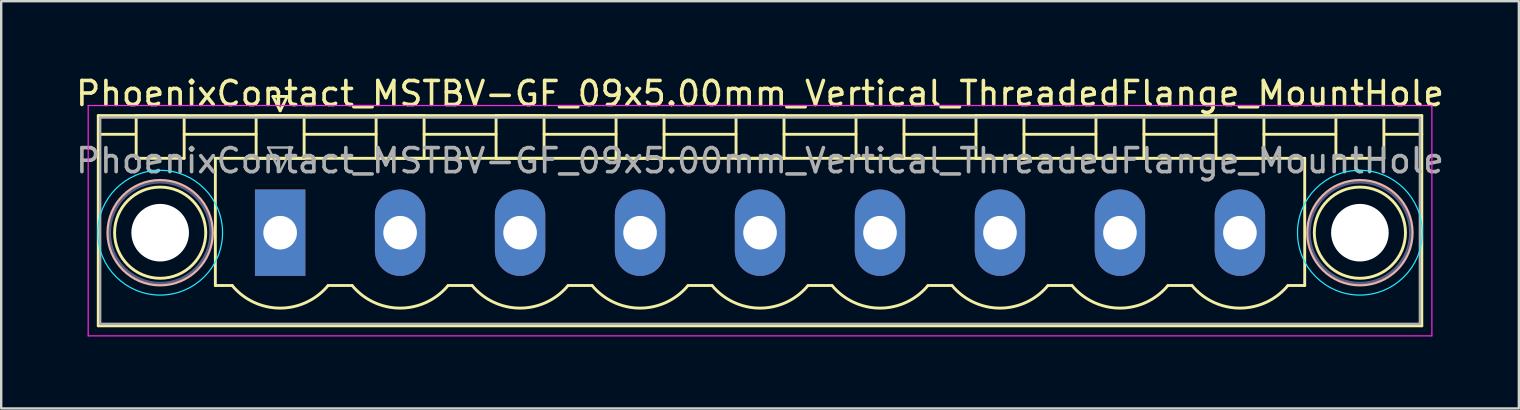
<source format=kicad_pcb>
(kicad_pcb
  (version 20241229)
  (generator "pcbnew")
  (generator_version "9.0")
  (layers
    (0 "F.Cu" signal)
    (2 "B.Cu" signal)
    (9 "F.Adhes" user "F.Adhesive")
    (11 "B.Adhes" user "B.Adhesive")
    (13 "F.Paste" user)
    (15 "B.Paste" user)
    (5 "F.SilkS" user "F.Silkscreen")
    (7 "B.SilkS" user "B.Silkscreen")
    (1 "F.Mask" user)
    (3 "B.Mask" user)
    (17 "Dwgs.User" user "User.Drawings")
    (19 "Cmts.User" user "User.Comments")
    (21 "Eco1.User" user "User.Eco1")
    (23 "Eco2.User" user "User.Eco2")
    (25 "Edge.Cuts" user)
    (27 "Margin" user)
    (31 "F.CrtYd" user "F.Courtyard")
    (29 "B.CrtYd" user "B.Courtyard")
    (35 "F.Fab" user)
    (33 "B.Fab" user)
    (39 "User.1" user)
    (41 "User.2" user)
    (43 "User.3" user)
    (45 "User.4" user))
  (footprint "PhoenixContact_MSTBV-GF_09x5.00mm_Vertical_ThreadedFlange_MountHole"
    (layer "F.Cu")
    (at 8.625 6.648)
    (property "Reference" "PhoenixContact_MSTBV-GF_09x5.00mm_Vertical_ThreadedFlange_MountHole" (at 20 -5.8 0) (layer "F.SilkS") (effects (font (size 1 1) (thickness 0.15))))
    (attr through_hole)
    (fp_line (start -7.58 -4.88) (end -7.58 3.88) (stroke (width 0.12) (type solid)) (layer "F.SilkS"))
    (fp_line (start -7.58 -4.1) (end -6.08 -4.1) (stroke (width 0.12) (type solid)) (layer "F.SilkS"))
    (fp_line (start -7.58 3.88) (end 47.58 3.88) (stroke (width 0.12) (type solid)) (layer "F.SilkS"))
    (fp_line (start -6 -4.88) (end -4 -4.88) (stroke (width 0.12) (type solid)) (layer "F.SilkS"))
    (fp_line (start -6 -3.1) (end -6 -4.88) (stroke (width 0.12) (type solid)) (layer "F.SilkS"))
    (fp_line (start -4 -4.88) (end -4 -3.1) (stroke (width 0.12) (type solid)) (layer "F.SilkS"))
    (fp_line (start -4 -4.1) (end -1 -4.1) (stroke (width 0.12) (type solid)) (layer "F.SilkS"))
    (fp_line (start -4 -3.1) (end -6 -3.1) (stroke (width 0.12) (type solid)) (layer "F.SilkS"))
    (fp_line (start -2.7 -3.1) (end 42.7 -3.1) (stroke (width 0.12) (type solid)) (layer "F.SilkS"))
    (fp_line (start -2.7 2.2) (end -2.7 -3.1) (stroke (width 0.12) (type solid)) (layer "F.SilkS"))
    (fp_line (start -2 2.2) (end -2.7 2.2) (stroke (width 0.12) (type solid)) (layer "F.SilkS"))
    (fp_line (start -1 -4.88) (end 1 -4.88) (stroke (width 0.12) (type solid)) (layer "F.SilkS"))
    (fp_line (start -1 -3.1) (end -1 -4.88) (stroke (width 0.12) (type solid)) (layer "F.SilkS"))
    (fp_line (start -0.3 -5.68) (end 0.3 -5.68) (stroke (width 0.12) (type solid)) (layer "F.SilkS"))
    (fp_line (start 0 -5.08) (end -0.3 -5.68) (stroke (width 0.12) (type solid)) (layer "F.SilkS"))
    (fp_line (start 0.3 -5.68) (end 0 -5.08) (stroke (width 0.12) (type solid)) (layer "F.SilkS"))
    (fp_line (start 1 -4.88) (end 1 -3.1) (stroke (width 0.12) (type solid)) (layer "F.SilkS"))
    (fp_line (start 1 -4.1) (end 4 -4.1) (stroke (width 0.12) (type solid)) (layer "F.SilkS"))
    (fp_line (start 1 -3.1) (end -1 -3.1) (stroke (width 0.12) (type solid)) (layer "F.SilkS"))
    (fp_line (start 2 2.2) (end 3 2.2) (stroke (width 0.12) (type solid)) (layer "F.SilkS"))
    (fp_line (start 4 -4.88) (end 6 -4.88) (stroke (width 0.12) (type solid)) (layer "F.SilkS"))
    (fp_line (start 4 -3.1) (end 4 -4.88) (stroke (width 0.12) (type solid)) (layer "F.SilkS"))
    (fp_line (start 6 -4.88) (end 6 -3.1) (stroke (width 0.12) (type solid)) (layer "F.SilkS"))
    (fp_line (start 6 -4.1) (end 9 -4.1) (stroke (width 0.12) (type solid)) (layer "F.SilkS"))
    (fp_line (start 6 -3.1) (end 4 -3.1) (stroke (width 0.12) (type solid)) (layer "F.SilkS"))
    (fp_line (start 7 2.2) (end 8 2.2) (stroke (width 0.12) (type solid)) (layer "F.SilkS"))
    (fp_line (start 9 -4.88) (end 11 -4.88) (stroke (width 0.12) (type solid)) (layer "F.SilkS"))
    (fp_line (start 9 -3.1) (end 9 -4.88) (stroke (width 0.12) (type solid)) (layer "F.SilkS"))
    (fp_line (start 11 -4.88) (end 11 -3.1) (stroke (width 0.12) (type solid)) (layer "F.SilkS"))
    (fp_line (start 11 -4.1) (end 14 -4.1) (stroke (width 0.12) (type solid)) (layer "F.SilkS"))
    (fp_line (start 11 -3.1) (end 9 -3.1) (stroke (width 0.12) (type solid)) (layer "F.SilkS"))
    (fp_line (start 12 2.2) (end 13 2.2) (stroke (width 0.12) (type solid)) (layer "F.SilkS"))
    (fp_line (start 14 -4.88) (end 16 -4.88) (stroke (width 0.12) (type solid)) (layer "F.SilkS"))
    (fp_line (start 14 -3.1) (end 14 -4.88) (stroke (width 0.12) (type solid)) (layer "F.SilkS"))
    (fp_line (start 16 -4.88) (end 16 -3.1) (stroke (width 0.12) (type solid)) (layer "F.SilkS"))
    (fp_line (start 16 -4.1) (end 19 -4.1) (stroke (width 0.12) (type solid)) (layer "F.SilkS"))
    (fp_line (start 16 -3.1) (end 14 -3.1) (stroke (width 0.12) (type solid)) (layer "F.SilkS"))
    (fp_line (start 17 2.2) (end 18 2.2) (stroke (width 0.12) (type solid)) (layer "F.SilkS"))
    (fp_line (start 19 -4.88) (end 21 -4.88) (stroke (width 0.12) (type solid)) (layer "F.SilkS"))
    (fp_line (start 19 -3.1) (end 19 -4.88) (stroke (width 0.12) (type solid)) (layer "F.SilkS"))
    (fp_line (start 21 -4.88) (end 21 -3.1) (stroke (width 0.12) (type solid)) (layer "F.SilkS"))
    (fp_line (start 21 -4.1) (end 24 -4.1) (stroke (width 0.12) (type solid)) (layer "F.SilkS"))
    (fp_line (start 21 -3.1) (end 19 -3.1) (stroke (width 0.12) (type solid)) (layer "F.SilkS"))
    (fp_line (start 22 2.2) (end 23 2.2) (stroke (width 0.12) (type solid)) (layer "F.SilkS"))
    (fp_line (start 24 -4.88) (end 26 -4.88) (stroke (width 0.12) (type solid)) (layer "F.SilkS"))
    (fp_line (start 24 -3.1) (end 24 -4.88) (stroke (width 0.12) (type solid)) (layer "F.SilkS"))
    (fp_line (start 26 -4.88) (end 26 -3.1) (stroke (width 0.12) (type solid)) (layer "F.SilkS"))
    (fp_line (start 26 -4.1) (end 29 -4.1) (stroke (width 0.12) (type solid)) (layer "F.SilkS"))
    (fp_line (start 26 -3.1) (end 24 -3.1) (stroke (width 0.12) (type solid)) (layer "F.SilkS"))
    (fp_line (start 27 2.2) (end 28 2.2) (stroke (width 0.12) (type solid)) (layer "F.SilkS"))
    (fp_line (start 29 -4.88) (end 31 -4.88) (stroke (width 0.12) (type solid)) (layer "F.SilkS"))
    (fp_line (start 29 -3.1) (end 29 -4.88) (stroke (width 0.12) (type solid)) (layer "F.SilkS"))
    (fp_line (start 31 -4.88) (end 31 -3.1) (stroke (width 0.12) (type solid)) (layer "F.SilkS"))
    (fp_line (start 31 -4.1) (end 34 -4.1) (stroke (width 0.12) (type solid)) (layer "F.SilkS"))
    (fp_line (start 31 -3.1) (end 29 -3.1) (stroke (width 0.12) (type solid)) (layer "F.SilkS"))
    (fp_line (start 32 2.2) (end 33 2.2) (stroke (width 0.12) (type solid)) (layer "F.SilkS"))
    (fp_line (start 34 -4.88) (end 36 -4.88) (stroke (width 0.12) (type solid)) (layer "F.SilkS"))
    (fp_line (start 34 -3.1) (end 34 -4.88) (stroke (width 0.12) (type solid)) (layer "F.SilkS"))
    (fp_line (start 36 -4.88) (end 36 -3.1) (stroke (width 0.12) (type solid)) (layer "F.SilkS"))
    (fp_line (start 36 -4.1) (end 39 -4.1) (stroke (width 0.12) (type solid)) (layer "F.SilkS"))
    (fp_line (start 36 -3.1) (end 34 -3.1) (stroke (width 0.12) (type solid)) (layer "F.SilkS"))
    (fp_line (start 37 2.2) (end 38 2.2) (stroke (width 0.12) (type solid)) (layer "F.SilkS"))
    (fp_line (start 39 -4.88) (end 41 -4.88) (stroke (width 0.12) (type solid)) (layer "F.SilkS"))
    (fp_line (start 39 -3.1) (end 39 -4.88) (stroke (width 0.12) (type solid)) (layer "F.SilkS"))
    (fp_line (start 41 -4.88) (end 41 -3.1) (stroke (width 0.12) (type solid)) (layer "F.SilkS"))
    (fp_line (start 41 -4.1) (end 44 -4.1) (stroke (width 0.12) (type solid)) (layer "F.SilkS"))
    (fp_line (start 41 -3.1) (end 39 -3.1) (stroke (width 0.12) (type solid)) (layer "F.SilkS"))
    (fp_line (start 42.7 -3.1) (end 42.7 2.2) (stroke (width 0.12) (type solid)) (layer "F.SilkS"))
    (fp_line (start 42.7 2.2) (end 42 2.2) (stroke (width 0.12) (type solid)) (layer "F.SilkS"))
    (fp_line (start 44 -4.88) (end 46 -4.88) (stroke (width 0.12) (type solid)) (layer "F.SilkS"))
    (fp_line (start 44 -3.1) (end 44 -4.88) (stroke (width 0.12) (type solid)) (layer "F.SilkS"))
    (fp_line (start 46 -4.88) (end 46 -3.1) (stroke (width 0.12) (type solid)) (layer "F.SilkS"))
    (fp_line (start 46 -3.1) (end 44 -3.1) (stroke (width 0.12) (type solid)) (layer "F.SilkS"))
    (fp_line (start 47.58 -4.88) (end -7.58 -4.88) (stroke (width 0.12) (type solid)) (layer "F.SilkS"))
    (fp_line (start 47.58 -4.1) (end 46.08 -4.1) (stroke (width 0.12) (type solid)) (layer "F.SilkS"))
    (fp_line (start 47.58 3.88) (end 47.58 -4.88) (stroke (width 0.12) (type solid)) (layer "F.SilkS"))
    (fp_arc (start 1.986842 2.215821) (mid -0.010289 3.142758) (end -2 2.2) (stroke (width 0.12) (type solid)) (layer "F.SilkS"))
    (fp_arc (start 6.986842 2.215821) (mid 4.989711 3.142758) (end 3 2.2) (stroke (width 0.12) (type solid)) (layer "F.SilkS"))
    (fp_arc (start 11.986842 2.215821) (mid 9.989711 3.142758) (end 8 2.2) (stroke (width 0.12) (type solid)) (layer "F.SilkS"))
    (fp_arc (start 16.986842 2.215821) (mid 14.989711 3.142758) (end 13 2.2) (stroke (width 0.12) (type solid)) (layer "F.SilkS"))
    (fp_arc (start 21.986842 2.215821) (mid 19.989711 3.142758) (end 18 2.2) (stroke (width 0.12) (type solid)) (layer "F.SilkS"))
    (fp_arc (start 26.986842 2.215821) (mid 24.989711 3.142758) (end 23 2.2) (stroke (width 0.12) (type solid)) (layer "F.SilkS"))
    (fp_arc (start 31.986842 2.215821) (mid 29.989711 3.142758) (end 28 2.2) (stroke (width 0.12) (type solid)) (layer "F.SilkS"))
    (fp_arc (start 36.986842 2.215821) (mid 34.989711 3.142758) (end 33 2.2) (stroke (width 0.12) (type solid)) (layer "F.SilkS"))
    (fp_arc (start 41.986842 2.215821) (mid 39.989711 3.142758) (end 38 2.2) (stroke (width 0.12) (type solid)) (layer "F.SilkS"))
    (fp_circle (center -5 0) (end -3.1 0) (stroke (width 0.12) (type solid)) (fill no) (layer "F.SilkS"))
    (fp_circle (center 45 0) (end 46.9 0) (stroke (width 0.12) (type solid)) (fill no) (layer "F.SilkS"))
    (fp_circle (center -5 0) (end -2.82 0) (stroke (width 0.12) (type solid)) (fill no) (layer "B.SilkS"))
    (fp_circle (center 45 0) (end 47.18 0) (stroke (width 0.12) (type solid)) (fill no) (layer "B.SilkS"))
    (fp_circle (center -5 0) (end -2.4 0) (stroke (width 0.05) (type solid)) (fill no) (layer "B.CrtYd"))
    (fp_circle (center 45 0) (end 47.6 0) (stroke (width 0.05) (type solid)) (fill no) (layer "B.CrtYd"))
    (fp_line (start -8 -5.3) (end -8 4.3) (stroke (width 0.05) (type solid)) (layer "F.CrtYd"))
    (fp_line (start -8 4.3) (end 48 4.3) (stroke (width 0.05) (type solid)) (layer "F.CrtYd"))
    (fp_line (start 48 -5.3) (end -8 -5.3) (stroke (width 0.05) (type solid)) (layer "F.CrtYd"))
    (fp_line (start 48 4.3) (end 48 -5.3) (stroke (width 0.05) (type solid)) (layer "F.CrtYd"))
    (fp_circle (center -5 0) (end -2.9 0) (stroke (width 0.1) (type solid)) (fill no) (layer "B.Fab"))
    (fp_circle (center 45 0) (end 47.1 0) (stroke (width 0.1) (type solid)) (fill no) (layer "B.Fab"))
    (fp_line (start -7.5 -4.8) (end -7.5 3.8) (stroke (width 0.1) (type solid)) (layer "F.Fab"))
    (fp_line (start -7.5 3.8) (end 47.5 3.8) (stroke (width 0.1) (type solid)) (layer "F.Fab"))
    (fp_line (start -0.5 -3.55) (end 0.5 -3.55) (stroke (width 0.1) (type solid)) (layer "F.Fab"))
    (fp_line (start 0 -2.55) (end -0.5 -3.55) (stroke (width 0.1) (type solid)) (layer "F.Fab"))
    (fp_line (start 0.5 -3.55) (end 0 -2.55) (stroke (width 0.1) (type solid)) (layer "F.Fab"))
    (fp_line (start 47.5 -4.8) (end -7.5 -4.8) (stroke (width 0.1) (type solid)) (layer "F.Fab"))
    (fp_line (start 47.5 3.8) (end 47.5 -4.8) (stroke (width 0.1) (type solid)) (layer "F.Fab"))
    (fp_text user "${REFERENCE}" (at 20 -3 0) (layer "F.Fab") (effects (font (size 1 1) (thickness 0.15))))
    (pad "" np_thru_hole circle (at -5 0) (size 2.4 2.4) (drill 2.4) (layers "*.Cu" "*.Mask"))
    (pad "" np_thru_hole circle (at 45 0) (size 2.4 2.4) (drill 2.4) (layers "*.Cu" "*.Mask"))
    (pad "1" thru_hole rect (at 0 0) (size 2.1 3.6) (drill 1.4) (layers "*.Cu" "*.Mask"))
    (pad "2" thru_hole oval (at 5 0) (size 2.1 3.6) (drill 1.4) (layers "*.Cu" "*.Mask"))
    (pad "3" thru_hole oval (at 10 0) (size 2.1 3.6) (drill 1.4) (layers "*.Cu" "*.Mask"))
    (pad "4" thru_hole oval (at 15 0) (size 2.1 3.6) (drill 1.4) (layers "*.Cu" "*.Mask"))
    (pad "5" thru_hole oval (at 20 0) (size 2.1 3.6) (drill 1.4) (layers "*.Cu" "*.Mask"))
    (pad "6" thru_hole oval (at 25 0) (size 2.1 3.6) (drill 1.4) (layers "*.Cu" "*.Mask"))
    (pad "7" thru_hole oval (at 30 0) (size 2.1 3.6) (drill 1.4) (layers "*.Cu" "*.Mask"))
    (pad "8" thru_hole oval (at 35 0) (size 2.1 3.6) (drill 1.4) (layers "*.Cu" "*.Mask"))
    (pad "9" thru_hole oval (at 40 0) (size 2.1 3.6) (drill 1.4) (layers "*.Cu" "*.Mask")))
  (gr_rect
    (start -3 -3)
    (end 60.25 13.973)
    (stroke (width 0.1) (type default))
    (fill no)
    (layer "Edge.Cuts")))
</source>
